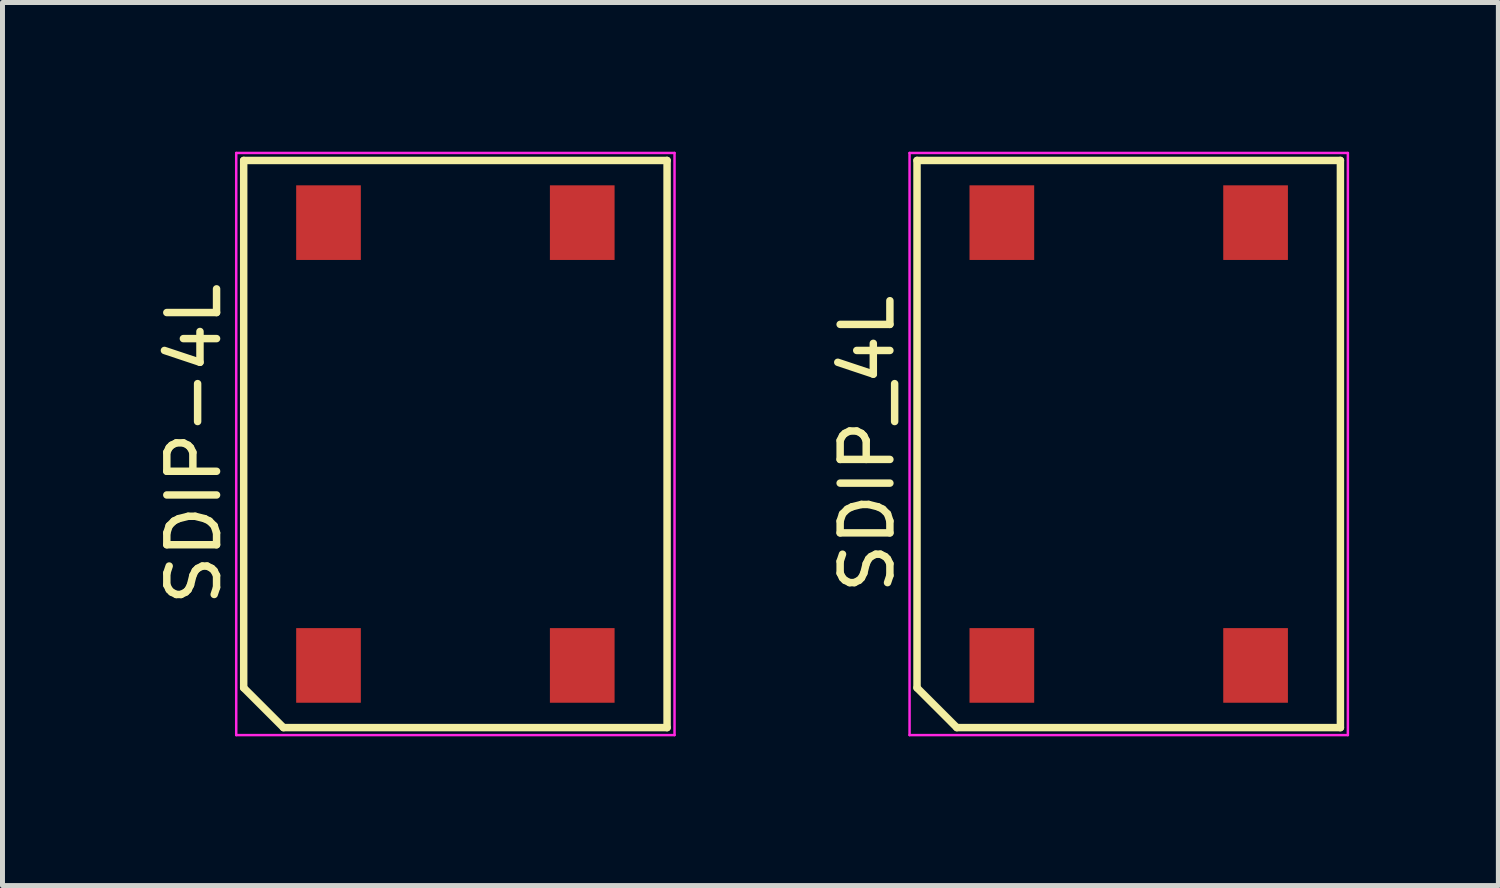
<source format=kicad_pcb>
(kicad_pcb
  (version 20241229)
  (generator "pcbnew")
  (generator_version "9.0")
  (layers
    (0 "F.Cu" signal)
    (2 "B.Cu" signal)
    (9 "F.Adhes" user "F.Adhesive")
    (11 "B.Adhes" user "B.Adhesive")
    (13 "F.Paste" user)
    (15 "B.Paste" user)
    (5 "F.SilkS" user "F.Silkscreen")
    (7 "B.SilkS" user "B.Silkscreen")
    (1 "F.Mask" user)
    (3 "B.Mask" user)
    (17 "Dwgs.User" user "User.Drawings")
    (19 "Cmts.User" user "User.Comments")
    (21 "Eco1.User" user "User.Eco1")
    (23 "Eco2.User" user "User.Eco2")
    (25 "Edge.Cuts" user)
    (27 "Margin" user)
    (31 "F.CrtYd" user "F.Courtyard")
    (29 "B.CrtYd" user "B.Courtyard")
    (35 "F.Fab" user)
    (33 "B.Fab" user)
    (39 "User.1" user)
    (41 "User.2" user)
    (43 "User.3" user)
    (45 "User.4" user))
  (footprint "SDIP-4L"
    (layer "F.Cu")
    (at 6.103 5.875)
    (property "Reference" "SDIP-4L" (at -5.255 0 90) (layer "F.SilkS") (effects (font (size 1 1) (thickness 0.15))))
    (attr through_hole)
    (fp_line (start -4.255 -5.7) (end 4.255 -5.7) (stroke (width 0.15) (type solid)) (layer "F.SilkS"))
    (fp_line (start -4.255 4.9) (end -4.255 -5.7) (stroke (width 0.15) (type solid)) (layer "F.SilkS"))
    (fp_line (start -3.455 5.7) (end -4.255 4.9) (stroke (width 0.15) (type solid)) (layer "F.SilkS"))
    (fp_line (start 4.255 -5.7) (end 4.255 5.7) (stroke (width 0.15) (type solid)) (layer "F.SilkS"))
    (fp_line (start 4.255 5.7) (end -3.455 5.7) (stroke (width 0.15) (type solid)) (layer "F.SilkS"))
    (fp_line (start -4.405 -5.85) (end 4.405 -5.85) (stroke (width 0.05) (type solid)) (layer "F.CrtYd"))
    (fp_line (start -4.405 5.85) (end -4.405 -5.85) (stroke (width 0.05) (type solid)) (layer "F.CrtYd"))
    (fp_line (start 4.405 -5.85) (end 4.405 5.85) (stroke (width 0.05) (type solid)) (layer "F.CrtYd"))
    (fp_line (start 4.405 5.85) (end -4.405 5.85) (stroke (width 0.05) (type solid)) (layer "F.CrtYd"))
    (pad "1" smd rect (at -2.55 4.45) (size 1.3 1.5) (layers "F.Cu" "F.Mask" "F.Paste"))
    (pad "2" smd rect (at 2.55 4.45) (size 1.3 1.5) (layers "F.Cu" "F.Mask" "F.Paste"))
    (pad "3" smd rect (at 2.55 -4.45) (size 1.3 1.5) (layers "F.Cu" "F.Mask" "F.Paste"))
    (pad "4" smd rect (at -2.55 -4.45) (size 1.3 1.5) (layers "F.Cu" "F.Mask" "F.Paste")))
  (footprint "SDIP_4L"
    (layer "F.Cu")
    (at 19.637 5.875)
    (property "Reference" "SDIP_4L" (at -5.255 0 90) (layer "F.SilkS") (effects (font (size 1 1) (thickness 0.15))))
    (attr through_hole)
    (fp_line (start -4.255 -5.7) (end 4.255 -5.7) (stroke (width 0.15) (type solid)) (layer "F.SilkS"))
    (fp_line (start -4.255 4.9) (end -4.255 -5.7) (stroke (width 0.15) (type solid)) (layer "F.SilkS"))
    (fp_line (start -3.455 5.7) (end -4.255 4.9) (stroke (width 0.15) (type solid)) (layer "F.SilkS"))
    (fp_line (start 4.255 -5.7) (end 4.255 5.7) (stroke (width 0.15) (type solid)) (layer "F.SilkS"))
    (fp_line (start 4.255 5.7) (end -3.455 5.7) (stroke (width 0.15) (type solid)) (layer "F.SilkS"))
    (fp_line (start -4.405 -5.85) (end 4.405 -5.85) (stroke (width 0.05) (type solid)) (layer "F.CrtYd"))
    (fp_line (start -4.405 5.85) (end -4.405 -5.85) (stroke (width 0.05) (type solid)) (layer "F.CrtYd"))
    (fp_line (start 4.405 -5.85) (end 4.405 5.85) (stroke (width 0.05) (type solid)) (layer "F.CrtYd"))
    (fp_line (start 4.405 5.85) (end -4.405 5.85) (stroke (width 0.05) (type solid)) (layer "F.CrtYd"))
    (pad "1" smd rect (at -2.55 4.45) (size 1.3 1.5) (layers "F.Cu" "F.Mask" "F.Paste"))
    (pad "2" smd rect (at 2.55 4.45) (size 1.3 1.5) (layers "F.Cu" "F.Mask" "F.Paste"))
    (pad "3" smd rect (at 2.55 -4.45) (size 1.3 1.5) (layers "F.Cu" "F.Mask" "F.Paste"))
    (pad "4" smd rect (at -2.55 -4.45) (size 1.3 1.5) (layers "F.Cu" "F.Mask" "F.Paste")))
  (gr_rect
    (start -3 -3)
    (end 27.067 14.75)
    (stroke (width 0.1) (type default))
    (fill no)
    (layer "Edge.Cuts")))
</source>
